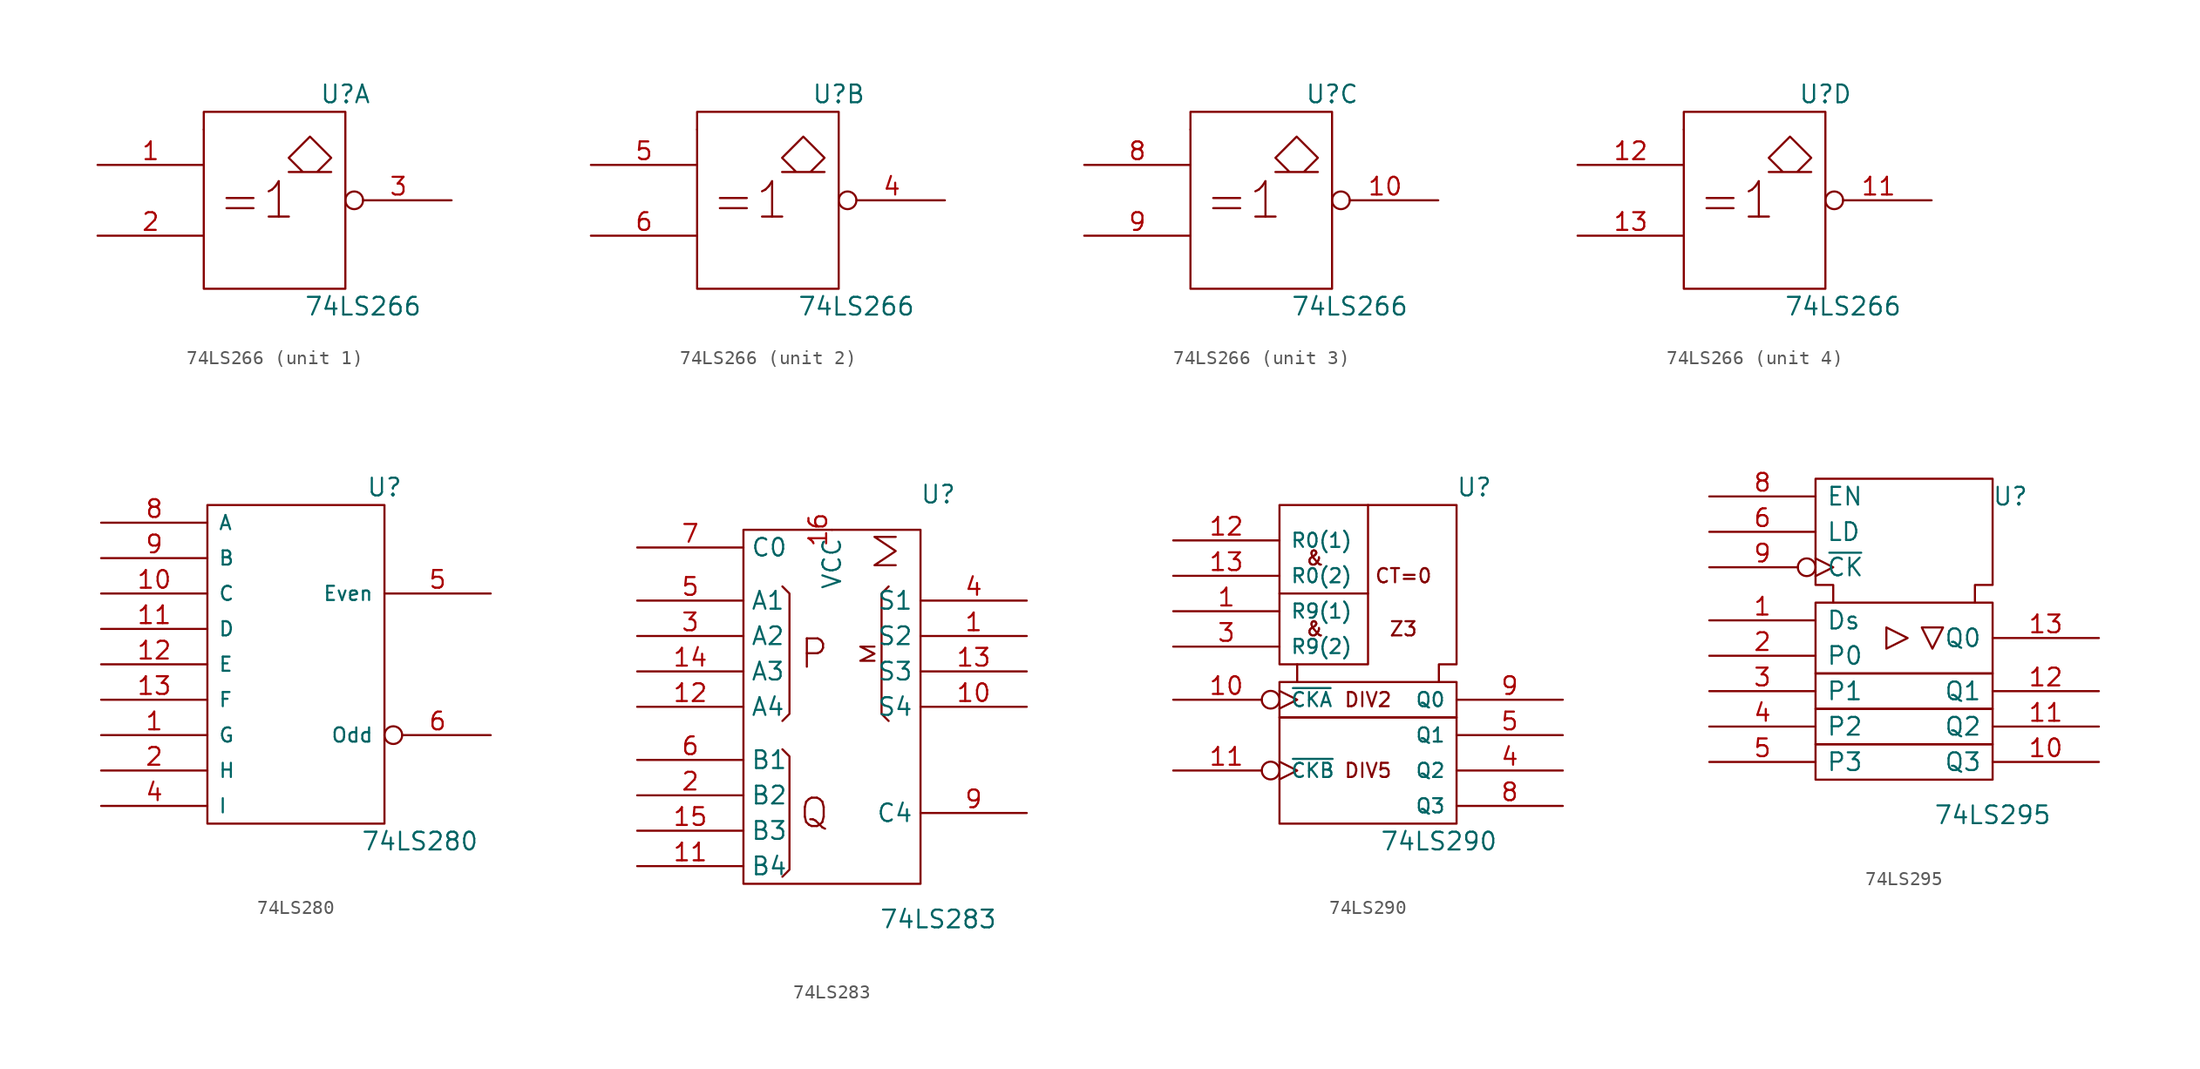
<source format=kicad_sym>
(kicad_symbol_lib
  (version 20231120)
  (generator "kicad_symbol_editor")
  (generator_version "8.0")
  (symbol "74LS266"
    (pin_names
      (offset 0.762))
    (property "Reference" "U"
      (at 5.08 7.62 0)
      (effects (font (size 1.27 1.27))))
    (property "Value" "74LS266"
      (at 6.35 -7.62 0)
      (effects (font (size 1.27 1.27))))
    (symbol "74LS266_0_0"
      (rectangle (start -5.08 5.08) (end -5.08 5.08) (stroke (width 0) (type default)) (fill (type none)))
      (polyline (pts (xy 3.048 2.032) (xy 4.064 3.048) (xy 2.54 4.572) (xy 1.016 3.048) (xy 2.032 2.032) (xy 1.016 2.032) (xy 4.064 2.032) (xy 4.064 2.032)) (stroke (width 0) (type default)) (fill (type none)))
      (text "=1" (at -1.27 0 0) (effects (font (size 2.54 2.54)))))
    (symbol "74LS266_0_1"
      (rectangle (start -5.08 6.35) (end 5.08 -6.35) (stroke (width 0) (type default)) (fill (type none)))
      (pin power_in line (at 0 6.35 270) (length 0) hide (name "VCC" (effects (font (size 1.27 1.27)))) (number "14" (effects (font (size 1.27 1.27)))))
      (pin power_in line (at 0 -6.35 90) (length 0) hide (name "GND" (effects (font (size 1.27 1.27)))) (number "7" (effects (font (size 1.27 1.27))))))
    (symbol "74LS266_1_1"
      (pin input line (at -12.7 2.54 0) (length 7.62) (name "~" (effects (font (size 1.27 1.27)))) (number "1" (effects (font (size 1.27 1.27)))))
      (pin input line (at -12.7 -2.54 0) (length 7.62) (name "~" (effects (font (size 1.27 1.27)))) (number "2" (effects (font (size 1.27 1.27)))))
      (pin output inverted (at 12.7 0 180) (length 7.62) (name "~" (effects (font (size 1.27 1.27)))) (number "3" (effects (font (size 1.27 1.27))))))
    (symbol "74LS266_2_1"
      (pin output inverted (at 12.7 0 180) (length 7.62) (name "~" (effects (font (size 1.27 1.27)))) (number "4" (effects (font (size 1.27 1.27)))))
      (pin input line (at -12.7 2.54 0) (length 7.62) (name "~" (effects (font (size 1.27 1.27)))) (number "5" (effects (font (size 1.27 1.27)))))
      (pin input line (at -12.7 -2.54 0) (length 7.62) (name "~" (effects (font (size 1.27 1.27)))) (number "6" (effects (font (size 1.27 1.27))))))
    (symbol "74LS266_3_1"
      (pin output inverted (at 12.7 0 180) (length 7.62) (name "~" (effects (font (size 1.27 1.27)))) (number "10" (effects (font (size 1.27 1.27)))))
      (pin input line (at -12.7 2.54 0) (length 7.62) (name "~" (effects (font (size 1.27 1.27)))) (number "8" (effects (font (size 1.27 1.27)))))
      (pin input line (at -12.7 -2.54 0) (length 7.62) (name "~" (effects (font (size 1.27 1.27)))) (number "9" (effects (font (size 1.27 1.27))))))
    (symbol "74LS266_4_1"
      (pin output inverted (at 12.7 0 180) (length 7.62) (name "~" (effects (font (size 1.27 1.27)))) (number "11" (effects (font (size 1.27 1.27)))))
      (pin input line (at -12.7 2.54 0) (length 7.62) (name "~" (effects (font (size 1.27 1.27)))) (number "12" (effects (font (size 1.27 1.27)))))
      (pin input line (at -12.7 -2.54 0) (length 7.62) (name "~" (effects (font (size 1.27 1.27)))) (number "13" (effects (font (size 1.27 1.27)))))))
  (symbol "74LS280"
    (pin_names
      (offset 0.762))
    (property "Reference" "U"
      (at 6.35 12.7 0)
      (effects (font (size 1.27 1.27))))
    (property "Value" "74LS280"
      (at 8.89 -12.7 0)
      (effects (font (size 1.27 1.27))))
    (symbol "74LS280_0_0"
      (rectangle (start -6.35 11.43) (end 6.35 -11.43) (stroke (width 0) (type default)) (fill (type none)))
      (pin power_in line (at 0 11.43 270) (length 0) hide (name "VCC" (effects (font (size 1.016 1.016)))) (number "14" (effects (font (size 1.27 1.27)))))
      (pin power_in line (at 0 -11.43 90) (length 0) hide (name "GND" (effects (font (size 1.016 1.016)))) (number "7" (effects (font (size 1.27 1.27))))))
    (symbol "74LS280_1_1"
      (pin input line (at -13.97 -5.08 0) (length 7.62) (name "G" (effects (font (size 1.016 1.016)))) (number "1" (effects (font (size 1.27 1.27)))))
      (pin input line (at -13.97 5.08 0) (length 7.62) (name "C" (effects (font (size 1.016 1.016)))) (number "10" (effects (font (size 1.27 1.27)))))
      (pin input line (at -13.97 2.54 0) (length 7.62) (name "D" (effects (font (size 1.016 1.016)))) (number "11" (effects (font (size 1.27 1.27)))))
      (pin input line (at -13.97 0 0) (length 7.62) (name "E" (effects (font (size 1.016 1.016)))) (number "12" (effects (font (size 1.27 1.27)))))
      (pin input line (at -13.97 -2.54 0) (length 7.62) (name "F" (effects (font (size 1.016 1.016)))) (number "13" (effects (font (size 1.27 1.27)))))
      (pin input line (at -13.97 -7.62 0) (length 7.62) (name "H" (effects (font (size 1.016 1.016)))) (number "2" (effects (font (size 1.27 1.27)))))
      (pin input line (at -13.97 -10.16 0) (length 7.62) (name "I" (effects (font (size 1.016 1.016)))) (number "4" (effects (font (size 1.27 1.27)))))
      (pin output line (at 13.97 5.08 180) (length 7.62) (name "Even" (effects (font (size 1.016 1.016)))) (number "5" (effects (font (size 1.27 1.27)))))
      (pin output inverted (at 13.97 -5.08 180) (length 7.62) (name "Odd" (effects (font (size 1.016 1.016)))) (number "6" (effects (font (size 1.27 1.27)))))
      (pin input line (at -13.97 10.16 0) (length 7.62) (name "A" (effects (font (size 1.016 1.016)))) (number "8" (effects (font (size 1.27 1.27)))))
      (pin input line (at -13.97 7.62 0) (length 7.62) (name "B" (effects (font (size 1.016 1.016)))) (number "9" (effects (font (size 1.27 1.27)))))))
  (symbol "74LS283"
    (property "Reference" "U"
      (at 7.62 15.24 0)
      (effects (font (size 1.27 1.27))))
    (property "Value" "74LS283"
      (at 7.62 -15.24 0)
      (effects (font (size 1.27 1.27))))
    (symbol "74LS283_0_0"
      (rectangle (start -6.35 12.7) (end 6.35 -12.7) (stroke (width 0) (type default)) (fill (type none)))
      (polyline (pts (xy -3.556 -3.048) (xy -3.048 -3.556) (xy -3.048 -11.684) (xy -3.556 -12.192) (xy -3.556 -12.192)) (stroke (width 0) (type default)) (fill (type none)))
      (polyline (pts (xy -3.556 8.636) (xy -3.048 8.128) (xy -3.048 -0.508) (xy -3.556 -1.016) (xy -3.556 -1.016)) (stroke (width 0) (type default)) (fill (type none)))
      (polyline (pts (xy 4.064 8.636) (xy 3.556 8.128) (xy 3.556 -0.508) (xy 4.064 -1.016) (xy 4.064 -1.016)) (stroke (width 0) (type default)) (fill (type none)))
      (polyline (pts (xy 3.048 4.318) (xy 2.032 4.318) (xy 3.048 3.81) (xy 2.032 3.302) (xy 3.048 3.302) (xy 3.048 3.302)) (stroke (width 0) (type default)) (fill (type none)))
      (polyline (pts (xy 4.572 12.192) (xy 3.048 12.192) (xy 4.572 11.176) (xy 3.048 10.16) (xy 4.572 10.16) (xy 4.572 10.16)) (stroke (width 0) (type default)) (fill (type none)))
      (text "P" (at -1.27 3.81 0) (effects (font (size 2.032 2.032))))
      (text "Q" (at -1.27 -7.62 0) (effects (font (size 2.032 2.032))))
      (pin power_in line (at 0 12.7 270) (length 0) (name "VCC" (effects (font (size 1.27 1.27)))) (number "16" (effects (font (size 1.27 1.27)))))
      (pin power_in line (at 0 -12.7 90) (length 0) hide (name "GND" (effects (font (size 1.27 1.27)))) (number "8" (effects (font (size 1.27 1.27))))))
    (symbol "74LS283_1_1"
      (pin output line (at 13.97 5.08 180) (length 7.62) (name "S2" (effects (font (size 1.27 1.27)))) (number "1" (effects (font (size 1.27 1.27)))))
      (pin output line (at 13.97 0 180) (length 7.62) (name "S4" (effects (font (size 1.27 1.27)))) (number "10" (effects (font (size 1.27 1.27)))))
      (pin input line (at -13.97 -11.43 0) (length 7.62) (name "B4" (effects (font (size 1.27 1.27)))) (number "11" (effects (font (size 1.27 1.27)))))
      (pin input line (at -13.97 0 0) (length 7.62) (name "A4" (effects (font (size 1.27 1.27)))) (number "12" (effects (font (size 1.27 1.27)))))
      (pin output line (at 13.97 2.54 180) (length 7.62) (name "S3" (effects (font (size 1.27 1.27)))) (number "13" (effects (font (size 1.27 1.27)))))
      (pin input line (at -13.97 2.54 0) (length 7.62) (name "A3" (effects (font (size 1.27 1.27)))) (number "14" (effects (font (size 1.27 1.27)))))
      (pin input line (at -13.97 -8.89 0) (length 7.62) (name "B3" (effects (font (size 1.27 1.27)))) (number "15" (effects (font (size 1.27 1.27)))))
      (pin input line (at -13.97 -6.35 0) (length 7.62) (name "B2" (effects (font (size 1.27 1.27)))) (number "2" (effects (font (size 1.27 1.27)))))
      (pin input line (at -13.97 5.08 0) (length 7.62) (name "A2" (effects (font (size 1.27 1.27)))) (number "3" (effects (font (size 1.27 1.27)))))
      (pin output line (at 13.97 7.62 180) (length 7.62) (name "S1" (effects (font (size 1.27 1.27)))) (number "4" (effects (font (size 1.27 1.27)))))
      (pin input line (at -13.97 7.62 0) (length 7.62) (name "A1" (effects (font (size 1.27 1.27)))) (number "5" (effects (font (size 1.27 1.27)))))
      (pin input line (at -13.97 -3.81 0) (length 7.62) (name "B1" (effects (font (size 1.27 1.27)))) (number "6" (effects (font (size 1.27 1.27)))))
      (pin input line (at -13.97 11.43 0) (length 7.62) (name "C0" (effects (font (size 1.27 1.27)))) (number "7" (effects (font (size 1.27 1.27)))))
      (pin output line (at 13.97 -7.62 180) (length 7.62) (name "C4" (effects (font (size 1.27 1.27)))) (number "9" (effects (font (size 1.27 1.27)))))))
  (symbol "74LS290"
    (pin_names
      (offset 0.762))
    (property "Reference" "U"
      (at 7.62 12.7 0)
      (effects (font (size 1.27 1.27))))
    (property "Value" "74LS290"
      (at 5.08 -12.7 0)
      (effects (font (size 1.27 1.27))))
    (symbol "74LS290_0_0"
      (rectangle (start -6.35 -3.81) (end 6.35 -11.43) (stroke (width 0) (type default)) (fill (type none)))
      (rectangle (start -6.35 -1.27) (end 6.35 -3.81) (stroke (width 0) (type default)) (fill (type none)))
      (polyline (pts (xy 0 5.08) (xy -6.35 5.08) (xy -6.35 5.08)) (stroke (width 0) (type default)) (fill (type none)))
      (polyline (pts (xy 0 11.43) (xy 0 0) (xy -5.08 0) (xy -5.08 0)) (stroke (width 0) (type default)) (fill (type none)))
      (polyline (pts (xy -5.08 -1.27) (xy -5.08 0) (xy -6.35 0) (xy -6.35 11.43) (xy 6.35 11.43) (xy 6.35 0) (xy 5.08 0) (xy 5.08 -1.27) (xy 5.08 -1.27)) (stroke (width 0) (type default)) (fill (type none)))
      (text "&" (at -3.81 2.54 0) (effects (font (size 1.016 1.016))))
      (text "&" (at -3.81 7.62 0) (effects (font (size 1.016 1.016))))
      (text "CT=0" (at 2.54 6.35 0) (effects (font (size 1.016 1.016))))
      (text "DIV2" (at 0 -2.54 0) (effects (font (size 1.016 1.016))))
      (text "DIV5" (at 0 -7.62 0) (effects (font (size 1.016 1.016))))
      (text "Z3" (at 2.54 2.54 0) (effects (font (size 1.016 1.016))))
      (pin power_in line (at 5.08 11.43 270) (length 0) hide (name "VCC" (effects (font (size 1.016 1.016)))) (number "16" (effects (font (size 1.27 1.27)))))
      (pin input line (at 1.27 11.43 270) (length 0) hide (name "GND" (effects (font (size 1.016 1.016)))) (number "8" (effects (font (size 1.27 1.27))))))
    (symbol "74LS290_1_1"
      (pin input line (at -13.97 3.81 0) (length 7.62) (name "R9(1)" (effects (font (size 1.016 1.016)))) (number "1" (effects (font (size 1.27 1.27)))))
      (pin input inverted_clock (at -13.97 -2.54 0) (length 7.62) (name "~{CKA}" (effects (font (size 1.016 1.016)))) (number "10" (effects (font (size 1.27 1.27)))))
      (pin input inverted_clock (at -13.97 -7.62 0) (length 7.62) (name "~{CKB}" (effects (font (size 1.016 1.016)))) (number "11" (effects (font (size 1.27 1.27)))))
      (pin input line (at -13.97 8.89 0) (length 7.62) (name "R0(1)" (effects (font (size 1.016 1.016)))) (number "12" (effects (font (size 1.27 1.27)))))
      (pin input line (at -13.97 6.35 0) (length 7.62) (name "R0(2)" (effects (font (size 1.016 1.016)))) (number "13" (effects (font (size 1.27 1.27)))))
      (pin input line (at -13.97 1.27 0) (length 7.62) (name "R9(2)" (effects (font (size 1.016 1.016)))) (number "3" (effects (font (size 1.27 1.27)))))
      (pin output line (at 13.97 -7.62 180) (length 7.62) (name "Q2" (effects (font (size 1.016 1.016)))) (number "4" (effects (font (size 1.27 1.27)))))
      (pin output line (at 13.97 -5.08 180) (length 7.62) (name "Q1" (effects (font (size 1.016 1.016)))) (number "5" (effects (font (size 1.27 1.27)))))
      (pin output line (at 13.97 -10.16 180) (length 7.62) (name "Q3" (effects (font (size 1.016 1.016)))) (number "8" (effects (font (size 1.27 1.27)))))
      (pin output line (at 13.97 -2.54 180) (length 7.62) (name "Q0" (effects (font (size 1.016 1.016)))) (number "9" (effects (font (size 1.27 1.27)))))))
  (symbol "74LS295"
    (pin_names
      (offset 0.762))
    (property "Reference" "U"
      (at 7.62 8.89 0)
      (effects (font (size 1.27 1.27))))
    (property "Value" "74LS295"
      (at 6.35 -13.97 0)
      (effects (font (size 1.27 1.27))))
    (symbol "74LS295_0_0"
      (pin power_in line (at 3.81 10.16 270) (length 0) hide (name "VCC" (effects (font (size 1.27 1.27)))) (number "14" (effects (font (size 1.27 1.27)))))
      (pin power_in line (at 0 10.16 270) (length 0) hide (name "GND" (effects (font (size 1.27 1.27)))) (number "7" (effects (font (size 1.27 1.27))))))
    (symbol "74LS295_0_1"
      (rectangle (start -6.35 -8.89) (end 6.35 -11.43) (stroke (width 0) (type default)) (fill (type none)))
      (rectangle (start -6.35 -6.35) (end 6.35 -8.89) (stroke (width 0) (type default)) (fill (type none)))
      (rectangle (start -6.35 -3.81) (end 6.35 -6.35) (stroke (width 0) (type default)) (fill (type none)))
      (rectangle (start -6.35 1.27) (end 6.35 -3.81) (stroke (width 0) (type default)) (fill (type none)))
      (polyline (pts (xy -1.27 -0.508) (xy -1.27 -2.032) (xy 0.254 -1.27) (xy -1.27 -0.508) (xy -1.27 -0.508)) (stroke (width 0) (type default)) (fill (type none)))
      (polyline (pts (xy 2.794 -0.508) (xy 1.27 -0.508) (xy 2.032 -2.032) (xy 2.794 -0.508) (xy 2.794 -0.508)) (stroke (width 0) (type default)) (fill (type none)))
      (polyline (pts (xy -5.08 1.27) (xy -5.08 2.54) (xy -6.35 2.54) (xy -6.35 10.16) (xy 6.35 10.16) (xy 6.35 2.54) (xy 5.08 2.54) (xy 5.08 1.27) (xy 5.08 1.27)) (stroke (width 0) (type default)) (fill (type none))))
    (symbol "74LS295_1_1"
      (pin input line (at -13.97 0 0) (length 7.62) (name "Ds" (effects (font (size 1.27 1.27)))) (number "1" (effects (font (size 1.27 1.27)))))
      (pin output line (at 13.97 -10.16 180) (length 7.62) (name "Q3" (effects (font (size 1.27 1.27)))) (number "10" (effects (font (size 1.27 1.27)))))
      (pin output line (at 13.97 -7.62 180) (length 7.62) (name "Q2" (effects (font (size 1.27 1.27)))) (number "11" (effects (font (size 1.27 1.27)))))
      (pin output line (at 13.97 -5.08 180) (length 7.62) (name "Q1" (effects (font (size 1.27 1.27)))) (number "12" (effects (font (size 1.27 1.27)))))
      (pin output line (at 13.97 -1.27 180) (length 7.62) (name "Q0" (effects (font (size 1.27 1.27)))) (number "13" (effects (font (size 1.27 1.27)))))
      (pin input line (at -13.97 -2.54 0) (length 7.62) (name "P0" (effects (font (size 1.27 1.27)))) (number "2" (effects (font (size 1.27 1.27)))))
      (pin input line (at -13.97 -5.08 0) (length 7.62) (name "P1" (effects (font (size 1.27 1.27)))) (number "3" (effects (font (size 1.27 1.27)))))
      (pin input line (at -13.97 -7.62 0) (length 7.62) (name "P2" (effects (font (size 1.27 1.27)))) (number "4" (effects (font (size 1.27 1.27)))))
      (pin input line (at -13.97 -10.16 0) (length 7.62) (name "P3" (effects (font (size 1.27 1.27)))) (number "5" (effects (font (size 1.27 1.27)))))
      (pin input line (at -13.97 6.35 0) (length 7.62) (name "LD" (effects (font (size 1.27 1.27)))) (number "6" (effects (font (size 1.27 1.27)))))
      (pin input line (at -13.97 8.89 0) (length 7.62) (name "EN" (effects (font (size 1.27 1.27)))) (number "8" (effects (font (size 1.27 1.27)))))
      (pin input inverted_clock (at -13.97 3.81 0) (length 7.62) (name "~{CK}" (effects (font (size 1.27 1.27)))) (number "9" (effects (font (size 1.27 1.27))))))))
</source>
